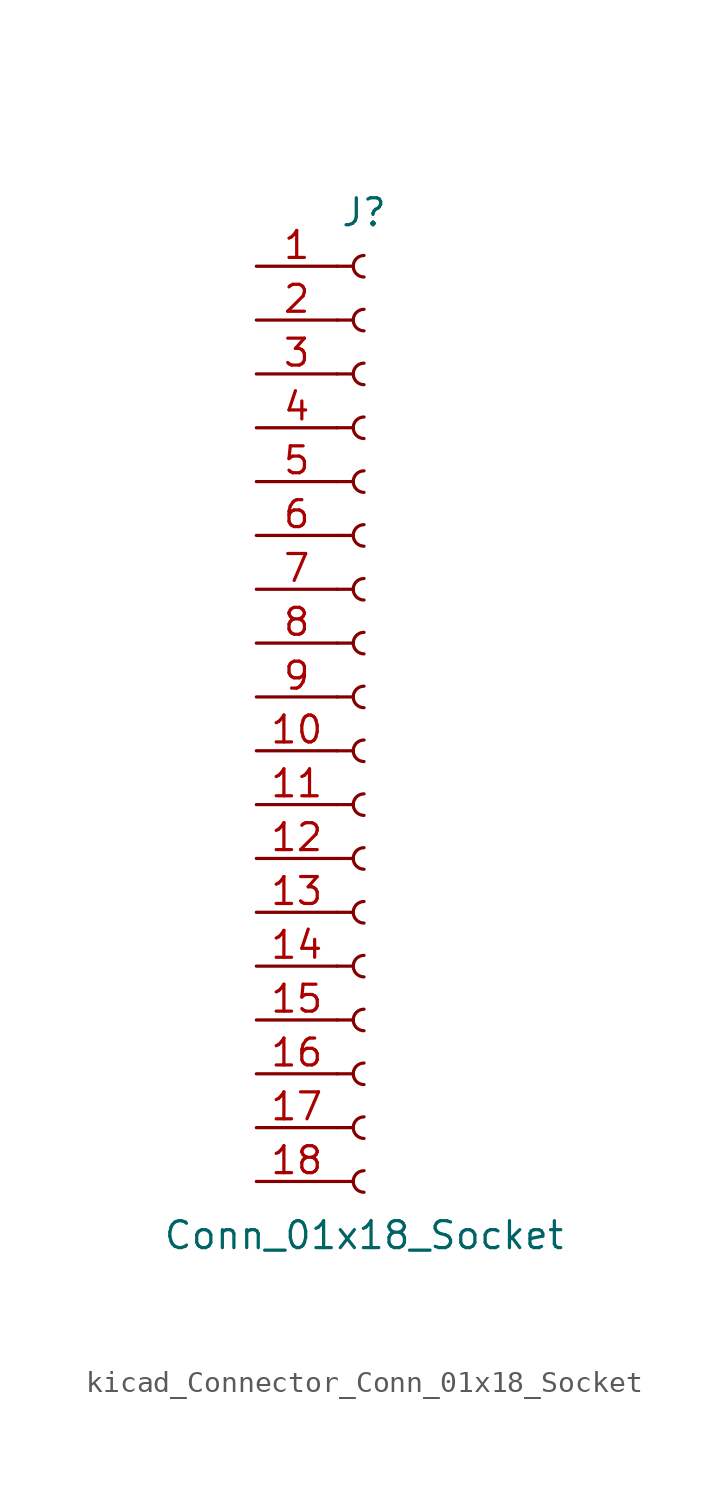
<source format=kicad_sym>
(kicad_symbol_lib
  (version 20220914)
  (generator kicad_symbol_editor)
  (symbol "kicad_Connector_Conn_01x18_Socket"
    (pin_names
      (offset 1.016) hide)
    (property "Reference" "J"
      (at 0 22.86 0)
      (effects (font (size 1.27 1.27))))
    (property "Value" "Conn_01x18_Socket"
      (at 0 -25.4 0)
      (effects (font (size 1.27 1.27))))
    (property "ki_locked" ""
      (at 0 0 0)
      (effects (font (size 1.27 1.27))))
    (symbol "kicad_Connector_Conn_01x18_Socket_1_1"
      (arc (start 0 -22.352) (mid -0.5058 -22.86) (end 0 -23.368) (stroke (width 0.1524) (type default)) (fill (type none)))
      (arc (start 0 -19.812) (mid -0.5058 -20.32) (end 0 -20.828) (stroke (width 0.1524) (type default)) (fill (type none)))
      (arc (start 0 -17.272) (mid -0.5058 -17.78) (end 0 -18.288) (stroke (width 0.1524) (type default)) (fill (type none)))
      (arc (start 0 -14.732) (mid -0.5058 -15.24) (end 0 -15.748) (stroke (width 0.1524) (type default)) (fill (type none)))
      (arc (start 0 -12.192) (mid -0.5058 -12.7) (end 0 -13.208) (stroke (width 0.1524) (type default)) (fill (type none)))
      (arc (start 0 -9.652) (mid -0.5058 -10.16) (end 0 -10.668) (stroke (width 0.1524) (type default)) (fill (type none)))
      (arc (start 0 -7.112) (mid -0.5058 -7.62) (end 0 -8.128) (stroke (width 0.1524) (type default)) (fill (type none)))
      (arc (start 0 -4.572) (mid -0.5058 -5.08) (end 0 -5.588) (stroke (width 0.1524) (type default)) (fill (type none)))
      (arc (start 0 -2.032) (mid -0.5058 -2.54) (end 0 -3.048) (stroke (width 0.1524) (type default)) (fill (type none)))
      (polyline (pts (xy -1.27 -22.86) (xy -0.508 -22.86)) (stroke (width 0.152) (type default)) (fill (type none)))
      (polyline (pts (xy -1.27 -20.32) (xy -0.508 -20.32)) (stroke (width 0.152) (type default)) (fill (type none)))
      (polyline (pts (xy -1.27 -17.78) (xy -0.508 -17.78)) (stroke (width 0.152) (type default)) (fill (type none)))
      (polyline (pts (xy -1.27 -15.24) (xy -0.508 -15.24)) (stroke (width 0.152) (type default)) (fill (type none)))
      (polyline (pts (xy -1.27 -12.7) (xy -0.508 -12.7)) (stroke (width 0.152) (type default)) (fill (type none)))
      (polyline (pts (xy -1.27 -10.16) (xy -0.508 -10.16)) (stroke (width 0.152) (type default)) (fill (type none)))
      (polyline (pts (xy -1.27 -7.62) (xy -0.508 -7.62)) (stroke (width 0.152) (type default)) (fill (type none)))
      (polyline (pts (xy -1.27 -5.08) (xy -0.508 -5.08)) (stroke (width 0.152) (type default)) (fill (type none)))
      (polyline (pts (xy -1.27 -2.54) (xy -0.508 -2.54)) (stroke (width 0.152) (type default)) (fill (type none)))
      (polyline (pts (xy -1.27 0) (xy -0.508 0)) (stroke (width 0.152) (type default)) (fill (type none)))
      (polyline (pts (xy -1.27 2.54) (xy -0.508 2.54)) (stroke (width 0.152) (type default)) (fill (type none)))
      (polyline (pts (xy -1.27 5.08) (xy -0.508 5.08)) (stroke (width 0.152) (type default)) (fill (type none)))
      (polyline (pts (xy -1.27 7.62) (xy -0.508 7.62)) (stroke (width 0.152) (type default)) (fill (type none)))
      (polyline (pts (xy -1.27 10.16) (xy -0.508 10.16)) (stroke (width 0.152) (type default)) (fill (type none)))
      (polyline (pts (xy -1.27 12.7) (xy -0.508 12.7)) (stroke (width 0.152) (type default)) (fill (type none)))
      (polyline (pts (xy -1.27 15.24) (xy -0.508 15.24)) (stroke (width 0.152) (type default)) (fill (type none)))
      (polyline (pts (xy -1.27 17.78) (xy -0.508 17.78)) (stroke (width 0.152) (type default)) (fill (type none)))
      (polyline (pts (xy -1.27 20.32) (xy -0.508 20.32)) (stroke (width 0.152) (type default)) (fill (type none)))
      (arc (start 0 0.508) (mid -0.5058 0) (end 0 -0.508) (stroke (width 0.1524) (type default)) (fill (type none)))
      (arc (start 0 3.048) (mid -0.5058 2.54) (end 0 2.032) (stroke (width 0.1524) (type default)) (fill (type none)))
      (arc (start 0 5.588) (mid -0.5058 5.08) (end 0 4.572) (stroke (width 0.1524) (type default)) (fill (type none)))
      (arc (start 0 8.128) (mid -0.5058 7.62) (end 0 7.112) (stroke (width 0.1524) (type default)) (fill (type none)))
      (arc (start 0 10.668) (mid -0.5058 10.16) (end 0 9.652) (stroke (width 0.1524) (type default)) (fill (type none)))
      (arc (start 0 13.208) (mid -0.5058 12.7) (end 0 12.192) (stroke (width 0.1524) (type default)) (fill (type none)))
      (arc (start 0 15.748) (mid -0.5058 15.24) (end 0 14.732) (stroke (width 0.1524) (type default)) (fill (type none)))
      (arc (start 0 18.288) (mid -0.5058 17.78) (end 0 17.272) (stroke (width 0.1524) (type default)) (fill (type none)))
      (arc (start 0 20.828) (mid -0.5058 20.32) (end 0 19.812) (stroke (width 0.1524) (type default)) (fill (type none)))
      (pin passive line (at -5.08 20.32 0) (length 3.81) (name "Pin_1" (effects (font (size 1.27 1.27)))) (number "1" (effects (font (size 1.27 1.27)))))
      (pin passive line (at -5.08 -2.54 0) (length 3.81) (name "Pin_10" (effects (font (size 1.27 1.27)))) (number "10" (effects (font (size 1.27 1.27)))))
      (pin passive line (at -5.08 -5.08 0) (length 3.81) (name "Pin_11" (effects (font (size 1.27 1.27)))) (number "11" (effects (font (size 1.27 1.27)))))
      (pin passive line (at -5.08 -7.62 0) (length 3.81) (name "Pin_12" (effects (font (size 1.27 1.27)))) (number "12" (effects (font (size 1.27 1.27)))))
      (pin passive line (at -5.08 -10.16 0) (length 3.81) (name "Pin_13" (effects (font (size 1.27 1.27)))) (number "13" (effects (font (size 1.27 1.27)))))
      (pin passive line (at -5.08 -12.7 0) (length 3.81) (name "Pin_14" (effects (font (size 1.27 1.27)))) (number "14" (effects (font (size 1.27 1.27)))))
      (pin passive line (at -5.08 -15.24 0) (length 3.81) (name "Pin_15" (effects (font (size 1.27 1.27)))) (number "15" (effects (font (size 1.27 1.27)))))
      (pin passive line (at -5.08 -17.78 0) (length 3.81) (name "Pin_16" (effects (font (size 1.27 1.27)))) (number "16" (effects (font (size 1.27 1.27)))))
      (pin passive line (at -5.08 -20.32 0) (length 3.81) (name "Pin_17" (effects (font (size 1.27 1.27)))) (number "17" (effects (font (size 1.27 1.27)))))
      (pin passive line (at -5.08 -22.86 0) (length 3.81) (name "Pin_18" (effects (font (size 1.27 1.27)))) (number "18" (effects (font (size 1.27 1.27)))))
      (pin passive line (at -5.08 17.78 0) (length 3.81) (name "Pin_2" (effects (font (size 1.27 1.27)))) (number "2" (effects (font (size 1.27 1.27)))))
      (pin passive line (at -5.08 15.24 0) (length 3.81) (name "Pin_3" (effects (font (size 1.27 1.27)))) (number "3" (effects (font (size 1.27 1.27)))))
      (pin passive line (at -5.08 12.7 0) (length 3.81) (name "Pin_4" (effects (font (size 1.27 1.27)))) (number "4" (effects (font (size 1.27 1.27)))))
      (pin passive line (at -5.08 10.16 0) (length 3.81) (name "Pin_5" (effects (font (size 1.27 1.27)))) (number "5" (effects (font (size 1.27 1.27)))))
      (pin passive line (at -5.08 7.62 0) (length 3.81) (name "Pin_6" (effects (font (size 1.27 1.27)))) (number "6" (effects (font (size 1.27 1.27)))))
      (pin passive line (at -5.08 5.08 0) (length 3.81) (name "Pin_7" (effects (font (size 1.27 1.27)))) (number "7" (effects (font (size 1.27 1.27)))))
      (pin passive line (at -5.08 2.54 0) (length 3.81) (name "Pin_8" (effects (font (size 1.27 1.27)))) (number "8" (effects (font (size 1.27 1.27)))))
      (pin passive line (at -5.08 0 0) (length 3.81) (name "Pin_9" (effects (font (size 1.27 1.27)))) (number "9" (effects (font (size 1.27 1.27))))))))
</source>
